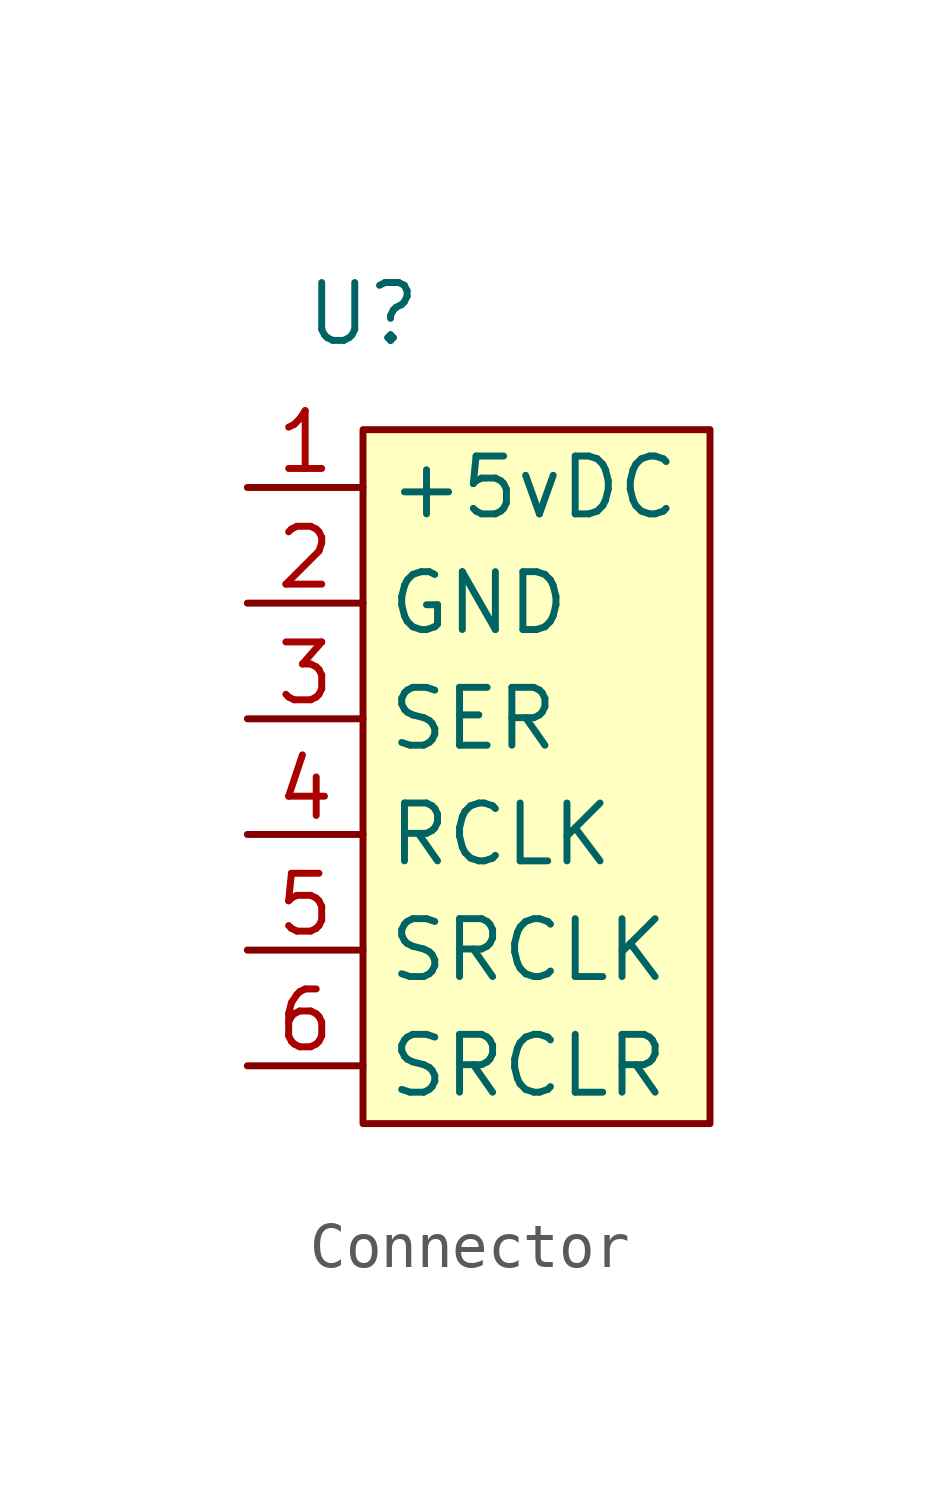
<source format=kicad_sym>
(kicad_symbol_lib
  (version 20231120)
  (generator "kicad_symbol_editor")
  (generator_version "8.0")
  (symbol "Connector"
    (property "Reference" "U"
      (at 0 0 0)
      (effects (font (size 1.27 1.27))))
    (property "Value" ""
      (at 0 0 0)
      (effects (font (size 1.27 1.27))))
    (symbol "Connector_1_1"
      (rectangle (start 0 -2.54) (end 7.62 -17.78) (stroke (width 0) (type default)) (fill (type background)))
      (pin power_in line (at -2.54 -3.81 0) (length 2.54) (name "+5vDC" (effects (font (size 1.27 1.27)))) (number "1" (effects (font (size 1.27 1.27)))))
      (pin input line (at -2.54 -6.35 0) (length 2.54) (name "GND" (effects (font (size 1.27 1.27)))) (number "2" (effects (font (size 1.27 1.27)))))
      (pin input line (at -2.54 -8.89 0) (length 2.54) (name "SER" (effects (font (size 1.27 1.27)))) (number "3" (effects (font (size 1.27 1.27)))))
      (pin input line (at -2.54 -11.43 0) (length 2.54) (name "RCLK" (effects (font (size 1.27 1.27)))) (number "4" (effects (font (size 1.27 1.27)))))
      (pin input line (at -2.54 -13.97 0) (length 2.54) (name "SRCLK" (effects (font (size 1.27 1.27)))) (number "5" (effects (font (size 1.27 1.27)))))
      (pin input line (at -2.54 -16.51 0) (length 2.54) (name "SRCLR" (effects (font (size 1.27 1.27)))) (number "6" (effects (font (size 1.27 1.27))))))))
</source>
